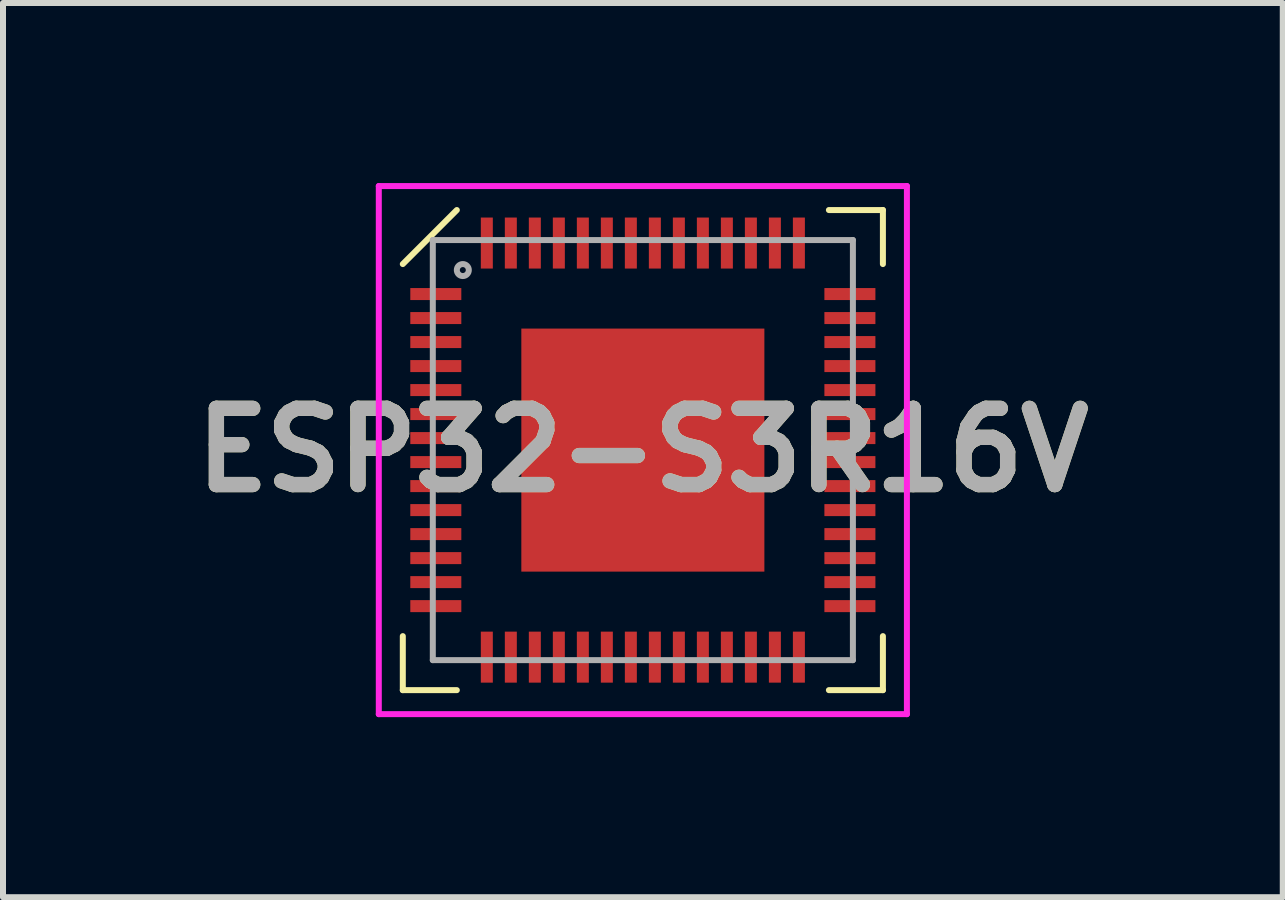
<source format=kicad_pcb>
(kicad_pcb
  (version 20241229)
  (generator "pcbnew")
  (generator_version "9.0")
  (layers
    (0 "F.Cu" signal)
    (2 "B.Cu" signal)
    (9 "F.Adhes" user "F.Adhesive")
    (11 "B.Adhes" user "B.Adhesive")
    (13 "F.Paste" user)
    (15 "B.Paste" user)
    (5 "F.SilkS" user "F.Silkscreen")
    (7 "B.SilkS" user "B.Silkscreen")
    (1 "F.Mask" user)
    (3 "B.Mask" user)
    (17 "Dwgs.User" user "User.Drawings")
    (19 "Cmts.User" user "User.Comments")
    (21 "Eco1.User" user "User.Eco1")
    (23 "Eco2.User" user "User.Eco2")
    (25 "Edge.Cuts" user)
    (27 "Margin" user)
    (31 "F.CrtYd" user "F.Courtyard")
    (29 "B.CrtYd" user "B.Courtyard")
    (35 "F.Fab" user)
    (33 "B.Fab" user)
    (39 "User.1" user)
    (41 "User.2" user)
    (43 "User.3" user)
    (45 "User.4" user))
  (footprint "ESP32-S3R16V"
    (layer "F.Cu")
    (at 7.662 4.45)
    (property "Reference" "ESP32-S3R16V" (at 0 0 0) (layer "F.SilkS") (effects (font (size 1.27 1.27) (thickness 0.254))))
    (attr smd)
    (fp_line (start -4 -3.1) (end -3.1 -4) (stroke (width 0.1) (type default)) (layer "F.SilkS"))
    (fp_line (start -4 3.1) (end -4 4) (stroke (width 0.1) (type default)) (layer "F.SilkS"))
    (fp_line (start -3.1 4) (end -4 4) (stroke (width 0.1) (type default)) (layer "F.SilkS"))
    (fp_line (start 3.1 -4) (end 4 -4) (stroke (width 0.1) (type default)) (layer "F.SilkS"))
    (fp_line (start 3.1 4) (end 4 4) (stroke (width 0.1) (type default)) (layer "F.SilkS"))
    (fp_line (start 4 -3.1) (end 4 -4) (stroke (width 0.1) (type default)) (layer "F.SilkS"))
    (fp_line (start 4 3.1) (end 4 4) (stroke (width 0.1) (type default)) (layer "F.SilkS"))
    (fp_line (start -4.4 -4.4) (end 4.4 -4.4) (stroke (width 0.1) (type solid)) (layer "F.CrtYd"))
    (fp_line (start -4.4 4.4) (end -4.4 -4.4) (stroke (width 0.1) (type solid)) (layer "F.CrtYd"))
    (fp_line (start 4.4 -4.4) (end 4.4 4.4) (stroke (width 0.1) (type solid)) (layer "F.CrtYd"))
    (fp_line (start 4.4 4.4) (end -4.4 4.4) (stroke (width 0.1) (type solid)) (layer "F.CrtYd"))
    (fp_line (start -3.5 -3.5) (end 3.5 -3.5) (stroke (width 0.1) (type solid)) (layer "F.Fab"))
    (fp_line (start -3.5 3.5) (end -3.5 -3.5) (stroke (width 0.1) (type solid)) (layer "F.Fab"))
    (fp_line (start 3.5 -3.5) (end 3.5 3.5) (stroke (width 0.1) (type solid)) (layer "F.Fab"))
    (fp_line (start 3.5 3.5) (end -3.5 3.5) (stroke (width 0.1) (type solid)) (layer "F.Fab"))
    (fp_circle (center -3 -3) (end -2.9 -3) (stroke (width 0.1) (type solid)) (fill no) (layer "F.Fab"))
    (fp_text user "${REFERENCE}" (at 0 0 0) (layer "F.Fab") (effects (font (size 1.27 1.27) (thickness 0.254))))
    (pad "1" smd rect (at -3.45 -2.6 90) (size 0.2 0.85) (layers "F.Cu" "F.Mask" "F.Paste"))
    (pad "2" smd rect (at -3.45 -2.2 90) (size 0.2 0.85) (layers "F.Cu" "F.Mask" "F.Paste"))
    (pad "3" smd rect (at -3.45 -1.8 90) (size 0.2 0.85) (layers "F.Cu" "F.Mask" "F.Paste"))
    (pad "4" smd rect (at -3.45 -1.4 90) (size 0.2 0.85) (layers "F.Cu" "F.Mask" "F.Paste"))
    (pad "5" smd rect (at -3.45 -1 90) (size 0.2 0.85) (layers "F.Cu" "F.Mask" "F.Paste"))
    (pad "6" smd rect (at -3.45 -0.6 90) (size 0.2 0.85) (layers "F.Cu" "F.Mask" "F.Paste"))
    (pad "7" smd rect (at -3.45 -0.2 90) (size 0.2 0.85) (layers "F.Cu" "F.Mask" "F.Paste"))
    (pad "8" smd rect (at -3.45 0.2 90) (size 0.2 0.85) (layers "F.Cu" "F.Mask" "F.Paste"))
    (pad "9" smd rect (at -3.45 0.6 90) (size 0.2 0.85) (layers "F.Cu" "F.Mask" "F.Paste"))
    (pad "10" smd rect (at -3.45 1 90) (size 0.2 0.85) (layers "F.Cu" "F.Mask" "F.Paste"))
    (pad "11" smd rect (at -3.45 1.4 90) (size 0.2 0.85) (layers "F.Cu" "F.Mask" "F.Paste"))
    (pad "12" smd rect (at -3.45 1.8 90) (size 0.2 0.85) (layers "F.Cu" "F.Mask" "F.Paste"))
    (pad "13" smd rect (at -3.45 2.2 90) (size 0.2 0.85) (layers "F.Cu" "F.Mask" "F.Paste"))
    (pad "14" smd rect (at -3.45 2.6 90) (size 0.2 0.85) (layers "F.Cu" "F.Mask" "F.Paste"))
    (pad "15" smd rect (at -2.6 3.45) (size 0.2 0.85) (layers "F.Cu" "F.Mask" "F.Paste"))
    (pad "16" smd rect (at -2.2 3.45) (size 0.2 0.85) (layers "F.Cu" "F.Mask" "F.Paste"))
    (pad "17" smd rect (at -1.8 3.45) (size 0.2 0.85) (layers "F.Cu" "F.Mask" "F.Paste"))
    (pad "18" smd rect (at -1.4 3.45) (size 0.2 0.85) (layers "F.Cu" "F.Mask" "F.Paste"))
    (pad "19" smd rect (at -1 3.45) (size 0.2 0.85) (layers "F.Cu" "F.Mask" "F.Paste"))
    (pad "20" smd rect (at -0.6 3.45) (size 0.2 0.85) (layers "F.Cu" "F.Mask" "F.Paste"))
    (pad "21" smd rect (at -0.2 3.45) (size 0.2 0.85) (layers "F.Cu" "F.Mask" "F.Paste"))
    (pad "22" smd rect (at 0.2 3.45) (size 0.2 0.85) (layers "F.Cu" "F.Mask" "F.Paste"))
    (pad "23" smd rect (at 0.6 3.45) (size 0.2 0.85) (layers "F.Cu" "F.Mask" "F.Paste"))
    (pad "24" smd rect (at 1 3.45) (size 0.2 0.85) (layers "F.Cu" "F.Mask" "F.Paste"))
    (pad "25" smd rect (at 1.4 3.45) (size 0.2 0.85) (layers "F.Cu" "F.Mask" "F.Paste"))
    (pad "26" smd rect (at 1.8 3.45) (size 0.2 0.85) (layers "F.Cu" "F.Mask" "F.Paste"))
    (pad "27" smd rect (at 2.2 3.45) (size 0.2 0.85) (layers "F.Cu" "F.Mask" "F.Paste"))
    (pad "28" smd rect (at 2.6 3.45) (size 0.2 0.85) (layers "F.Cu" "F.Mask" "F.Paste"))
    (pad "29" smd rect (at 3.45 2.6 90) (size 0.2 0.85) (layers "F.Cu" "F.Mask" "F.Paste"))
    (pad "30" smd rect (at 3.45 2.2 90) (size 0.2 0.85) (layers "F.Cu" "F.Mask" "F.Paste"))
    (pad "31" smd rect (at 3.45 1.8 90) (size 0.2 0.85) (layers "F.Cu" "F.Mask" "F.Paste"))
    (pad "32" smd rect (at 3.45 1.4 90) (size 0.2 0.85) (layers "F.Cu" "F.Mask" "F.Paste"))
    (pad "33" smd rect (at 3.45 1 90) (size 0.2 0.85) (layers "F.Cu" "F.Mask" "F.Paste"))
    (pad "34" smd rect (at 3.45 0.6 90) (size 0.2 0.85) (layers "F.Cu" "F.Mask" "F.Paste"))
    (pad "35" smd rect (at 3.45 0.2 90) (size 0.2 0.85) (layers "F.Cu" "F.Mask" "F.Paste"))
    (pad "36" smd rect (at 3.45 -0.2 90) (size 0.2 0.85) (layers "F.Cu" "F.Mask" "F.Paste"))
    (pad "37" smd rect (at 3.45 -0.6 90) (size 0.2 0.85) (layers "F.Cu" "F.Mask" "F.Paste"))
    (pad "38" smd rect (at 3.45 -1 90) (size 0.2 0.85) (layers "F.Cu" "F.Mask" "F.Paste"))
    (pad "39" smd rect (at 3.45 -1.4 90) (size 0.2 0.85) (layers "F.Cu" "F.Mask" "F.Paste"))
    (pad "40" smd rect (at 3.45 -1.8 90) (size 0.2 0.85) (layers "F.Cu" "F.Mask" "F.Paste"))
    (pad "41" smd rect (at 3.45 -2.2 90) (size 0.2 0.85) (layers "F.Cu" "F.Mask" "F.Paste"))
    (pad "42" smd rect (at 3.45 -2.6 90) (size 0.2 0.85) (layers "F.Cu" "F.Mask" "F.Paste"))
    (pad "43" smd rect (at 2.6 -3.45) (size 0.2 0.85) (layers "F.Cu" "F.Mask" "F.Paste"))
    (pad "44" smd rect (at 2.2 -3.45) (size 0.2 0.85) (layers "F.Cu" "F.Mask" "F.Paste"))
    (pad "45" smd rect (at 1.8 -3.45) (size 0.2 0.85) (layers "F.Cu" "F.Mask" "F.Paste"))
    (pad "46" smd rect (at 1.4 -3.45) (size 0.2 0.85) (layers "F.Cu" "F.Mask" "F.Paste"))
    (pad "47" smd rect (at 1 -3.45) (size 0.2 0.85) (layers "F.Cu" "F.Mask" "F.Paste"))
    (pad "48" smd rect (at 0.6 -3.45) (size 0.2 0.85) (layers "F.Cu" "F.Mask" "F.Paste"))
    (pad "49" smd rect (at 0.2 -3.45) (size 0.2 0.85) (layers "F.Cu" "F.Mask" "F.Paste"))
    (pad "50" smd rect (at -0.2 -3.45) (size 0.2 0.85) (layers "F.Cu" "F.Mask" "F.Paste"))
    (pad "51" smd rect (at -0.6 -3.45) (size 0.2 0.85) (layers "F.Cu" "F.Mask" "F.Paste"))
    (pad "52" smd rect (at -1 -3.45) (size 0.2 0.85) (layers "F.Cu" "F.Mask" "F.Paste"))
    (pad "53" smd rect (at -1.4 -3.45) (size 0.2 0.85) (layers "F.Cu" "F.Mask" "F.Paste"))
    (pad "54" smd rect (at -1.8 -3.45) (size 0.2 0.85) (layers "F.Cu" "F.Mask" "F.Paste"))
    (pad "55" smd rect (at -2.2 -3.45) (size 0.2 0.85) (layers "F.Cu" "F.Mask" "F.Paste"))
    (pad "56" smd rect (at -2.6 -3.45) (size 0.2 0.85) (layers "F.Cu" "F.Mask" "F.Paste"))
    (pad "57" smd rect (at 0 0) (size 4.05 4.05) (layers "F.Cu" "F.Mask" "F.Paste")))
  (gr_rect
    (start -3 -3)
    (end 18.325 11.9)
    (stroke (width 0.1) (type default))
    (fill no)
    (layer "Edge.Cuts")))
</source>
